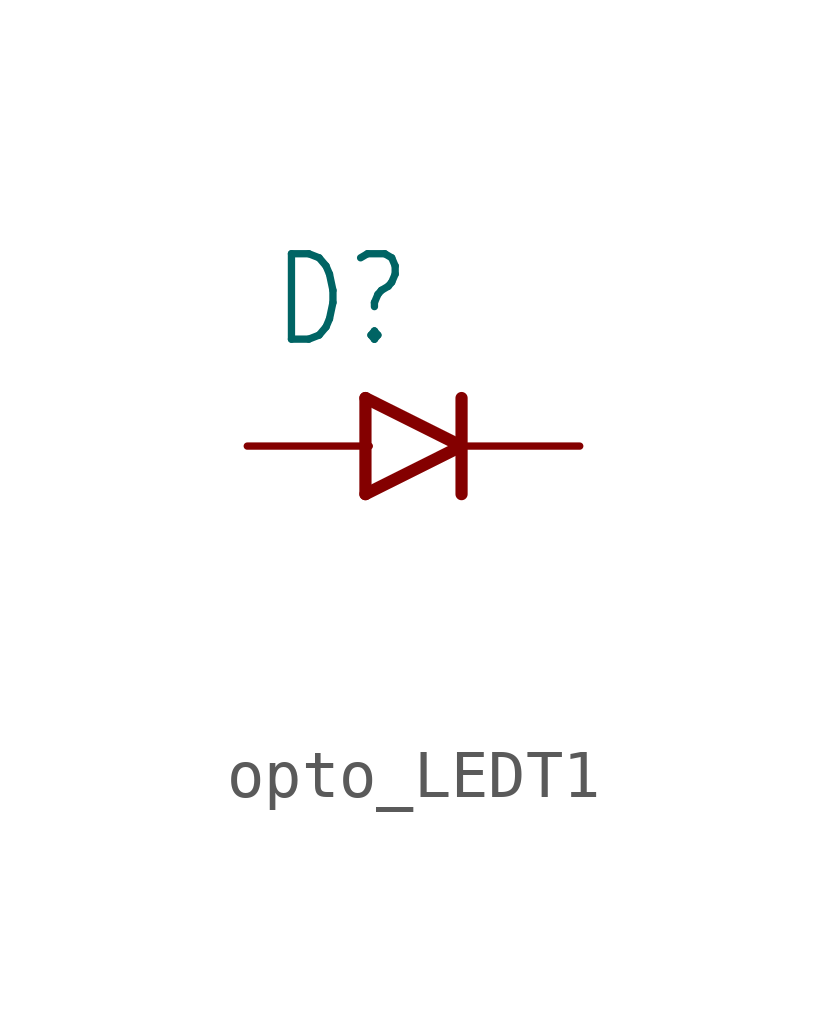
<source format=kicad_sym>
(kicad_symbol_lib
  (version 20241209)
  (generator "kicad_symbol_editor")
  (generator_version "9.0")
  (symbol "opto_LEDT1"
    (property "Reference" "D"
      (at -3 2 0)
      (effects (font (size 1.778 1.511)) (justify left bottom)))
    (property "Value" ""
      (at -3 -5 0)
      (effects (font (size 1.778 1.511)) (justify left bottom)))
    (property "ki_locked" ""
      (at 0 0 0)
      (effects (font (size 1.27 1.27))))
    (symbol "opto_LEDT1_1_0"
      (polyline (pts (xy -1 1) (xy -1 -1)) (stroke (width 0.254) (type solid)) (fill (type none)))
      (polyline (pts (xy -1 -1) (xy 1 0)) (stroke (width 0.254) (type solid)) (fill (type none)))
      (polyline (pts (xy 1 1) (xy 1 0)) (stroke (width 0.254) (type solid)) (fill (type none)))
      (polyline (pts (xy 1 0) (xy -1 1)) (stroke (width 0.254) (type solid)) (fill (type none)))
      (polyline (pts (xy 1 0) (xy 1 -1)) (stroke (width 0.254) (type solid)) (fill (type none)))
      (pin bidirectional line (at -3.46 0 0) (length 2.54) (name "1" (effects (font (size 0 0)))) (number "1" (effects (font (size 0 0)))))
      (pin bidirectional line (at 3.46 0 180) (length 2.54) (name "2" (effects (font (size 0 0)))) (number "2" (effects (font (size 0 0))))))))
</source>
